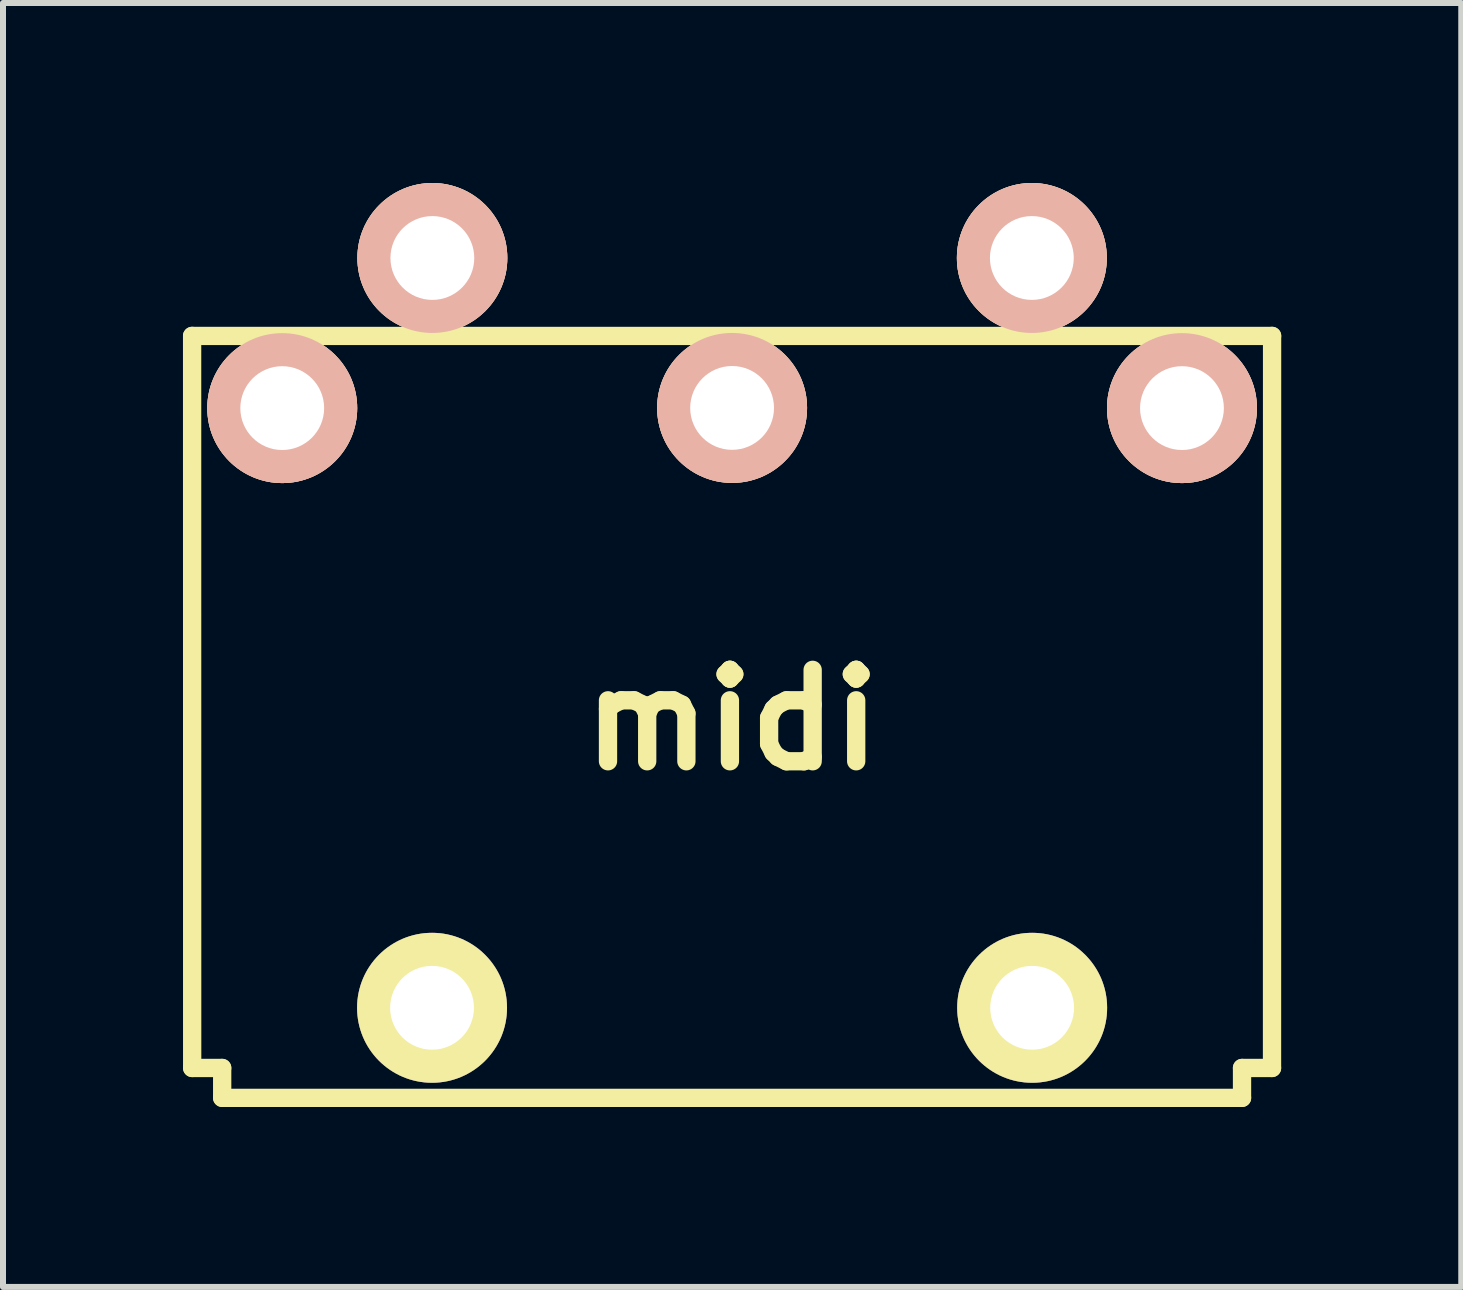
<source format=kicad_pcb>
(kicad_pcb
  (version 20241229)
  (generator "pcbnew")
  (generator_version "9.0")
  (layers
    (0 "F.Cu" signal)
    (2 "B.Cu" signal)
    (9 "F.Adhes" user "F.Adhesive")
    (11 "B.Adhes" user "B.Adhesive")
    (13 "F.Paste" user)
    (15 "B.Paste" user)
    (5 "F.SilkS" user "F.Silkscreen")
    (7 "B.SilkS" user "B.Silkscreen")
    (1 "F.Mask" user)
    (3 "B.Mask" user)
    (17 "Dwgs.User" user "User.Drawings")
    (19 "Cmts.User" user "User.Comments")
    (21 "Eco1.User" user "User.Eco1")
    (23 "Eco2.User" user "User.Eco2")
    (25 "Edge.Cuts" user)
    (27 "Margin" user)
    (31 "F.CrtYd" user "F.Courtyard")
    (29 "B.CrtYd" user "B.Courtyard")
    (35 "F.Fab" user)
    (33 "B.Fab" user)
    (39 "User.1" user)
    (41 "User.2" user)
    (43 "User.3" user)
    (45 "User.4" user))
  (footprint "midi"
    (layer "F.Cu")
    (at 9.152 6.749)
    (property "Reference" "midi" (at 0 2.2 0) (layer "F.SilkS") (effects (font (size 1.524 1.524) (thickness 0.305))))
    (attr through_hole)
    (fp_line (start -9 -4.2) (end -8.999 8.001) (stroke (width 0.305) (type solid)) (layer "F.SilkS"))
    (fp_line (start -9 -4.2) (end 9 -4.2) (stroke (width 0.305) (type solid)) (layer "F.SilkS"))
    (fp_line (start -8.999 8.001) (end -8.499 8.001) (stroke (width 0.305) (type solid)) (layer "F.SilkS"))
    (fp_line (start -8.499 8.001) (end -8.499 8.499) (stroke (width 0.305) (type solid)) (layer "F.SilkS"))
    (fp_line (start 8.499 8.499) (end -8.499 8.499) (stroke (width 0.305) (type solid)) (layer "F.SilkS"))
    (fp_line (start 8.499 8.499) (end 8.499 8.001) (stroke (width 0.305) (type solid)) (layer "F.SilkS"))
    (fp_line (start 8.999 8.001) (end 8.499 8.001) (stroke (width 0.305) (type solid)) (layer "F.SilkS"))
    (fp_line (start 9 -4.2) (end 8.999 8.001) (stroke (width 0.305) (type solid)) (layer "F.SilkS"))
    (pad "" np_thru_hole circle (at -5.001 6.998) (size 2.499 2.499) (drill 1.397) (layers "*.Cu" "*.Mask" "F.SilkS"))
    (pad "" np_thru_hole circle (at 5.001 6.998) (size 2.499 2.499) (drill 1.397) (layers "*.Cu" "*.Mask" "F.SilkS"))
    (pad "1" thru_hole circle (at 7.498 -2.997) (size 2.499 2.499) (drill 1.397) (layers "*.Cu" "*.SilkS" "*.Mask"))
    (pad "2" thru_hole circle (at 0 -3) (size 2.499 2.499) (drill 1.397) (layers "*.Cu" "*.SilkS" "*.Mask"))
    (pad "3" thru_hole circle (at -7.498 -2.997) (size 2.499 2.499) (drill 1.397) (layers "*.Cu" "*.SilkS" "*.Mask"))
    (pad "4" thru_hole circle (at 4.996 -5.499) (size 2.499 2.499) (drill 1.397) (layers "*.Cu" "*.SilkS" "*.Mask"))
    (pad "5" thru_hole circle (at -4.996 -5.499) (size 2.499 2.499) (drill 1.397) (layers "*.Cu" "*.SilkS" "*.Mask")))
  (gr_rect
    (start -3 -3)
    (end 21.305 18.4)
    (stroke (width 0.1) (type default))
    (fill no)
    (layer "Edge.Cuts")))
</source>
